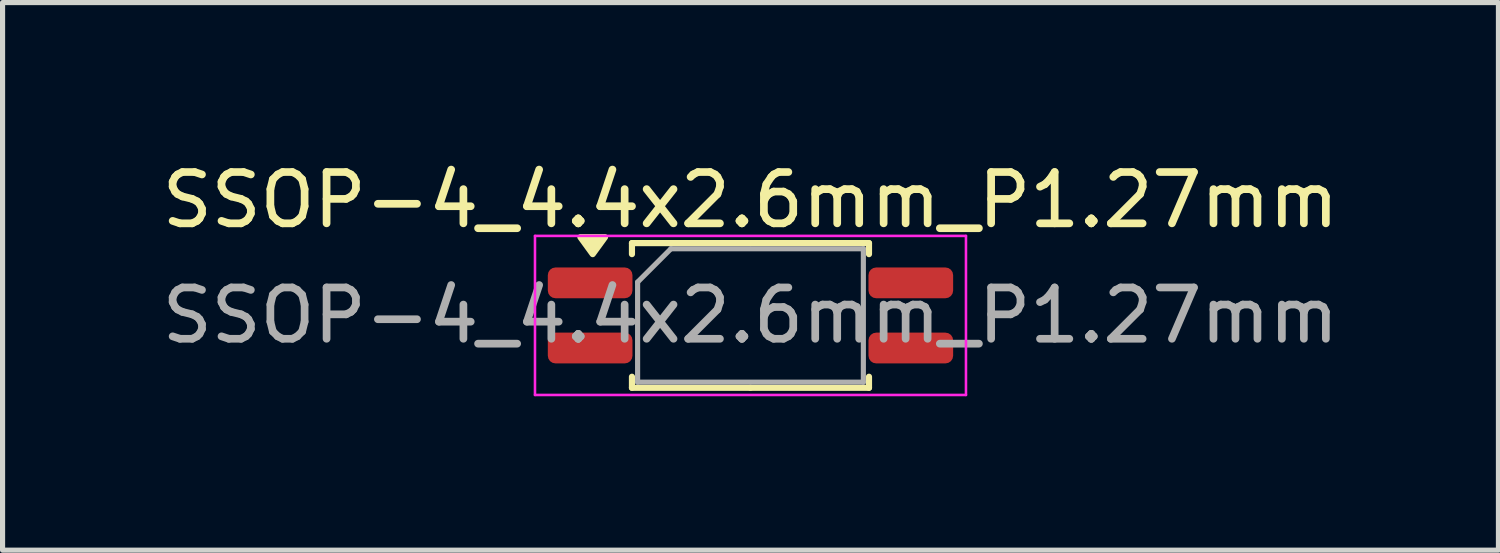
<source format=kicad_pcb>
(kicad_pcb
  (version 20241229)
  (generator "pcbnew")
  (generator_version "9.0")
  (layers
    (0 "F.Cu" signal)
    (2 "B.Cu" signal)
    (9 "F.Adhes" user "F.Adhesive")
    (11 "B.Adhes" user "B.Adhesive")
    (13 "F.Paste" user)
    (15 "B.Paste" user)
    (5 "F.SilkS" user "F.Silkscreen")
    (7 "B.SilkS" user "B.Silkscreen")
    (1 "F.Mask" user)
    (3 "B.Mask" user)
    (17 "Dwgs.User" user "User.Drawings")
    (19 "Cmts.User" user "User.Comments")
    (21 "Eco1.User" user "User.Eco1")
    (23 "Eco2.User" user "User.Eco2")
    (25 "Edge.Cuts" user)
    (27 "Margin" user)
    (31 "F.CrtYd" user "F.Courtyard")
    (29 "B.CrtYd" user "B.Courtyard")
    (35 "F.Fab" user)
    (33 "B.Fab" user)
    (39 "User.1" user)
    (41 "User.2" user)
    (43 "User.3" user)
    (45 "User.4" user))
  (footprint "SSOP-4_4.4x2.6mm_P1.27mm"
    (layer "F.Cu")
    (at 11.577 3.098)
    (property "Reference" "SSOP-4_4.4x2.6mm_P1.27mm" (at 0 -2.25 0) (layer "F.SilkS") (effects (font (size 1 1) (thickness 0.15))))
    (attr smd)
    (fp_line (start -2.31 -1.41) (end -2.31 -1.195) (stroke (width 0.12) (type solid)) (layer "F.SilkS"))
    (fp_line (start -2.31 1.41) (end -2.31 1.195) (stroke (width 0.12) (type solid)) (layer "F.SilkS"))
    (fp_line (start 0 -1.41) (end -2.31 -1.41) (stroke (width 0.12) (type solid)) (layer "F.SilkS"))
    (fp_line (start 0 -1.41) (end 2.31 -1.41) (stroke (width 0.12) (type solid)) (layer "F.SilkS"))
    (fp_line (start 0 1.41) (end -2.31 1.41) (stroke (width 0.12) (type solid)) (layer "F.SilkS"))
    (fp_line (start 0 1.41) (end 2.31 1.41) (stroke (width 0.12) (type solid)) (layer "F.SilkS"))
    (fp_line (start 2.31 -1.41) (end 2.31 -1.195) (stroke (width 0.12) (type solid)) (layer "F.SilkS"))
    (fp_line (start 2.31 1.41) (end 2.31 1.195) (stroke (width 0.12) (type solid)) (layer "F.SilkS"))
    (fp_poly (pts (xy -3.075 -1.195) (xy -3.315 -1.525) (xy -2.835 -1.525) (xy -3.075 -1.195)) (stroke (width 0.12) (type solid)) (fill yes) (layer "F.SilkS"))
    (fp_line (start -4.2 -1.55) (end -4.2 1.55) (stroke (width 0.05) (type solid)) (layer "F.CrtYd"))
    (fp_line (start -4.2 1.55) (end 4.2 1.55) (stroke (width 0.05) (type solid)) (layer "F.CrtYd"))
    (fp_line (start 4.2 -1.55) (end -4.2 -1.55) (stroke (width 0.05) (type solid)) (layer "F.CrtYd"))
    (fp_line (start 4.2 1.55) (end 4.2 -1.55) (stroke (width 0.05) (type solid)) (layer "F.CrtYd"))
    (fp_line (start -2.2 -0.65) (end -1.55 -1.3) (stroke (width 0.1) (type solid)) (layer "F.Fab"))
    (fp_line (start -2.2 1.3) (end -2.2 -0.65) (stroke (width 0.1) (type solid)) (layer "F.Fab"))
    (fp_line (start -1.55 -1.3) (end 2.2 -1.3) (stroke (width 0.1) (type solid)) (layer "F.Fab"))
    (fp_line (start 2.2 -1.3) (end 2.2 1.3) (stroke (width 0.1) (type solid)) (layer "F.Fab"))
    (fp_line (start 2.2 1.3) (end -2.2 1.3) (stroke (width 0.1) (type solid)) (layer "F.Fab"))
    (fp_text user "${REFERENCE}" (at 0 0 0) (layer "F.Fab") (effects (font (size 1 1) (thickness 0.15))))
    (pad "1" smd roundrect (at -3.125 -0.635) (size 1.65 0.6) (layers "F.Cu" "F.Mask" "F.Paste") (roundrect_rratio 0.25))
    (pad "2" smd roundrect (at -3.125 0.635) (size 1.65 0.6) (layers "F.Cu" "F.Mask" "F.Paste") (roundrect_rratio 0.25))
    (pad "3" smd roundrect (at 3.125 0.635) (size 1.65 0.6) (layers "F.Cu" "F.Mask" "F.Paste") (roundrect_rratio 0.25))
    (pad "4" smd roundrect (at 3.125 -0.635) (size 1.65 0.6) (layers "F.Cu" "F.Mask" "F.Paste") (roundrect_rratio 0.25)))
  (gr_rect
    (start -3 -3)
    (end 26.155 7.673)
    (stroke (width 0.1) (type default))
    (fill no)
    (layer "Edge.Cuts")))
</source>
